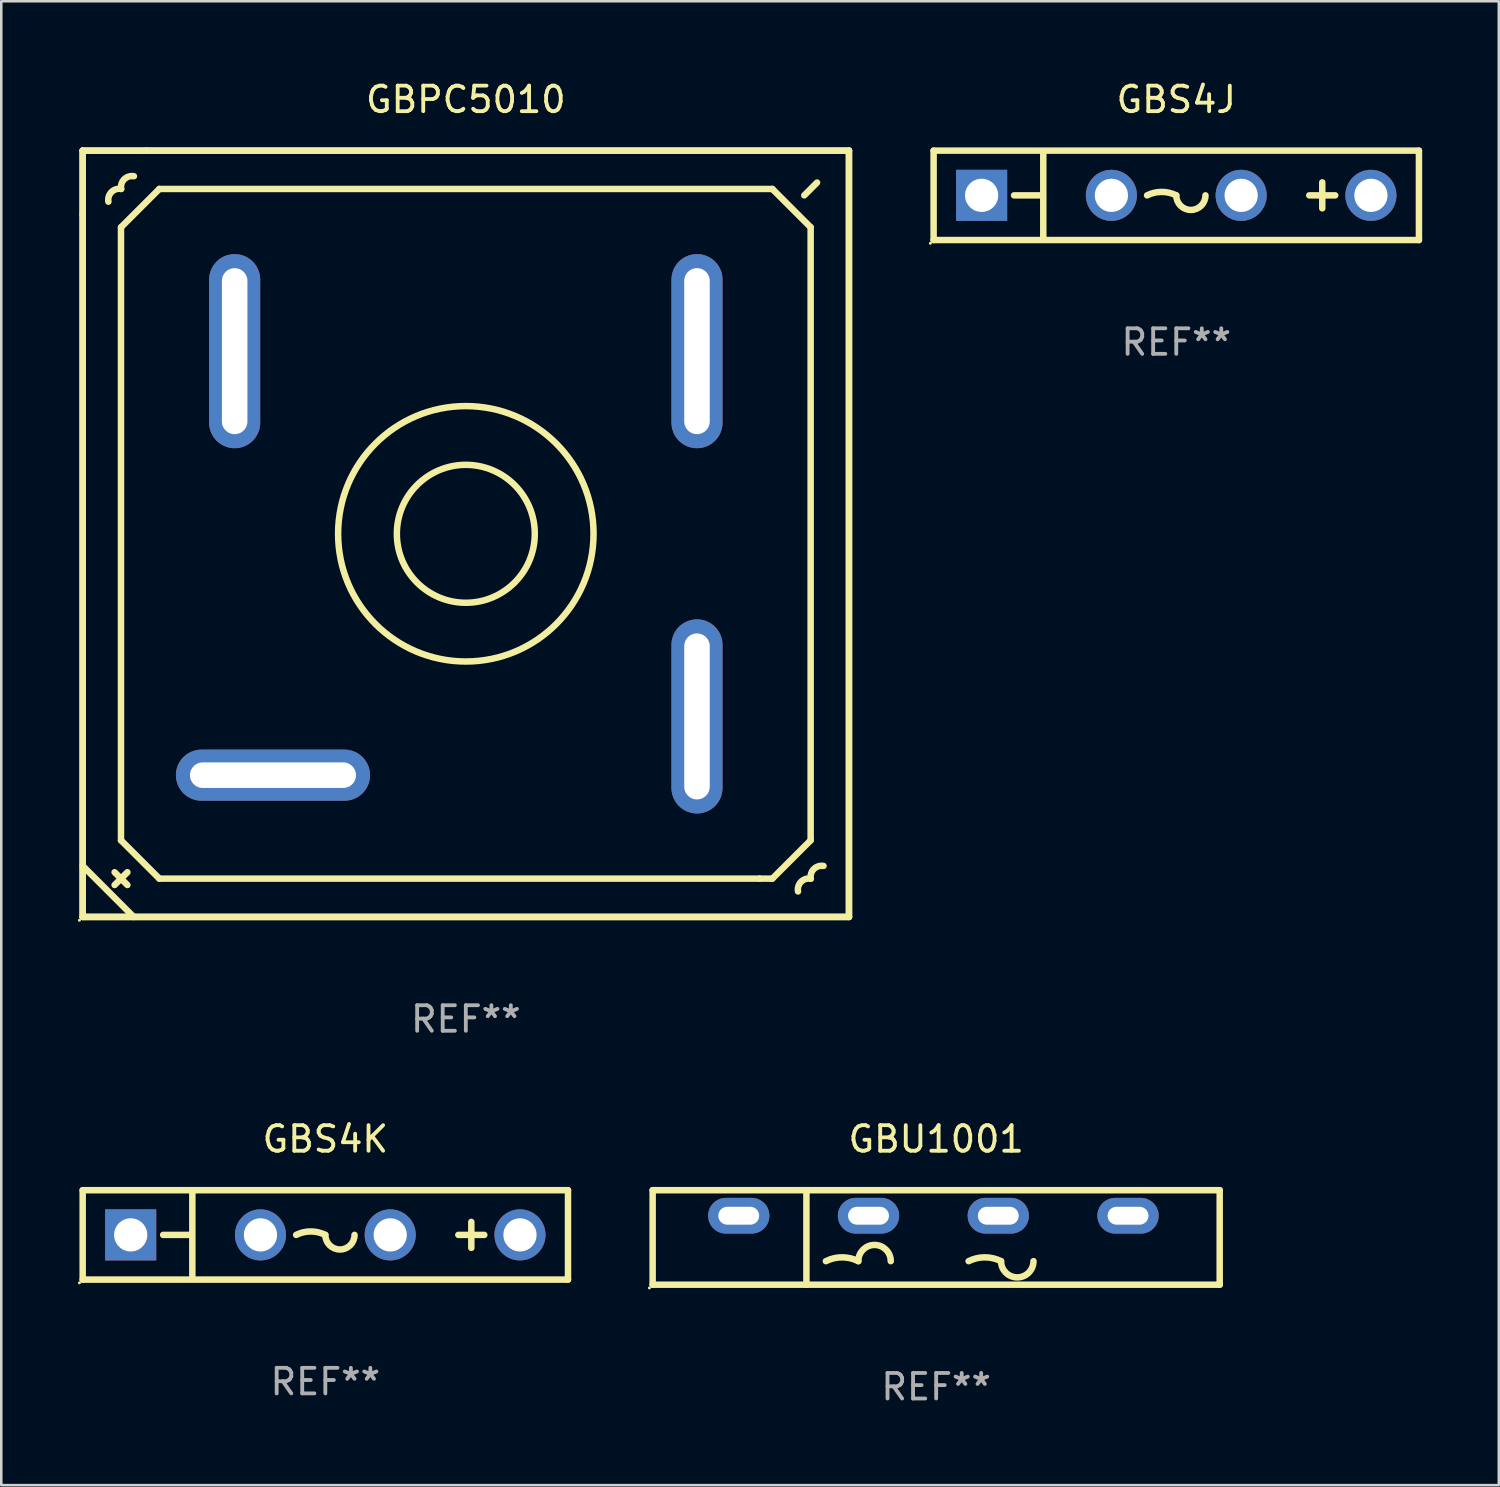
<source format=kicad_pcb>
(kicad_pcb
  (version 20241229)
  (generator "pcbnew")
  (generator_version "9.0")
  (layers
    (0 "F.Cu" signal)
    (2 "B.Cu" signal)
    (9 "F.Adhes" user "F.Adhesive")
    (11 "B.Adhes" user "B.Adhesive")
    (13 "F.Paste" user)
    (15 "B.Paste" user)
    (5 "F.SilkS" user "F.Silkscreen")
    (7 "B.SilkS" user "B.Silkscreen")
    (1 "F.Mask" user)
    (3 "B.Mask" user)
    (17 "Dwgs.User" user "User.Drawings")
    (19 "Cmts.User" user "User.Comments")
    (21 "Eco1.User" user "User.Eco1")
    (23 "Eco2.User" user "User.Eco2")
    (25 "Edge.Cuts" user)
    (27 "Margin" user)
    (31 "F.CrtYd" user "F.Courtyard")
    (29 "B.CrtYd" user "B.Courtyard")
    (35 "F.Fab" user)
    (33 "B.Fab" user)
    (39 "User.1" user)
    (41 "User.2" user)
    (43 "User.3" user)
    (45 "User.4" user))
  (footprint "GBPC5010"
    (layer "F.Cu")
    (at 15.187 17.849)
    (property "Reference" "GBPC5010" (at 0 -17.001 0) (layer "F.SilkS") (effects (font (size 1 1) (thickness 0.15))))
    (attr through_hole)
    (fp_line (start -15 -15.001) (end -12.5 -15.001) (stroke (width 0.254) (type solid)) (layer "F.SilkS"))
    (fp_line (start -15 -15.001) (end 15 -15.001) (stroke (width 0.254) (type solid)) (layer "F.SilkS"))
    (fp_line (start -15 -12.501) (end -15 -15.001) (stroke (width 0.254) (type solid)) (layer "F.SilkS"))
    (fp_line (start -15 14.999) (end -15 -15.001) (stroke (width 0.254) (type solid)) (layer "F.SilkS"))
    (fp_line (start -15 14.999) (end -15 -12.501) (stroke (width 0.254) (type solid)) (layer "F.SilkS"))
    (fp_line (start -14.999 12.999) (end -13 15.001) (stroke (width 0.254) (type solid)) (layer "F.SilkS"))
    (fp_line (start -13.75 13.749) (end -13.25 13.249) (stroke (width 0.254) (type solid)) (layer "F.SilkS"))
    (fp_line (start -13.5 -12.001) (end -12 -13.501) (stroke (width 0.254) (type solid)) (layer "F.SilkS"))
    (fp_line (start -13.5 11.999) (end -13.5 -12.001) (stroke (width 0.254) (type solid)) (layer "F.SilkS"))
    (fp_line (start -13.25 13.749) (end -13.75 13.249) (stroke (width 0.254) (type solid)) (layer "F.SilkS"))
    (fp_line (start -12.5 -15.001) (end 15 -15.001) (stroke (width 0.254) (type solid)) (layer "F.SilkS"))
    (fp_line (start -12 -13.501) (end 12 -13.501) (stroke (width 0.254) (type solid)) (layer "F.SilkS"))
    (fp_line (start -12 13.499) (end -13.5 11.999) (stroke (width 0.254) (type solid)) (layer "F.SilkS"))
    (fp_line (start 11.5 13.499) (end -12 13.499) (stroke (width 0.254) (type solid)) (layer "F.SilkS"))
    (fp_line (start 12 -13.501) (end 13.5 -12.001) (stroke (width 0.254) (type solid)) (layer "F.SilkS"))
    (fp_line (start 12 13.499) (end 11.5 13.499) (stroke (width 0.254) (type solid)) (layer "F.SilkS"))
    (fp_line (start 13.5 -12.001) (end 13.5 11.999) (stroke (width 0.254) (type solid)) (layer "F.SilkS"))
    (fp_line (start 13.5 11.999) (end 12 13.499) (stroke (width 0.254) (type solid)) (layer "F.SilkS"))
    (fp_line (start 13.75 -13.751) (end 13.25 -13.251) (stroke (width 0.254) (type solid)) (layer "F.SilkS"))
    (fp_line (start 15 -15.001) (end 15 14.999) (stroke (width 0.254) (type solid)) (layer "F.SilkS"))
    (fp_line (start 15 -15.001) (end 15 14.999) (stroke (width 0.254) (type solid)) (layer "F.SilkS"))
    (fp_line (start 15 14.999) (end -15 14.999) (stroke (width 0.254) (type solid)) (layer "F.SilkS"))
    (fp_line (start 15 14.999) (end -15 14.999) (stroke (width 0.254) (type solid)) (layer "F.SilkS"))
    (fp_arc (start -13.993167 -13.002413) (mid -13.872579 -13.381824) (end -13.493168 -13.502412) (stroke (width 0.254001) (type solid)) (layer "F.SilkS"))
    (fp_arc (start -13.494692 -13.500381) (mid -13.374103 -13.879793) (end -12.994691 -14.000381) (stroke (width 0.254001) (type solid)) (layer "F.SilkS"))
    (fp_arc (start 13.005131 14.000635) (mid 13.125719 13.621224) (end 13.50513 13.500636) (stroke (width 0.254001) (type solid)) (layer "F.SilkS"))
    (fp_arc (start 13.503606 13.502667) (mid 13.624195 13.123255) (end 14.003607 13.002667) (stroke (width 0.254001) (type solid)) (layer "F.SilkS"))
    (fp_circle (center -15.127 15.128) (end -15.097 15.128) (stroke (width 0.06) (type solid)) (fill no) (layer "F.SilkS"))
    (fp_circle (center 0 -0.001) (end 2.7 -0.001) (stroke (width 0.254) (type solid)) (fill no) (layer "F.SilkS"))
    (fp_circle (center 0 -0.001) (end 5 -0.001) (stroke (width 0.254) (type solid)) (fill no) (layer "F.SilkS"))
    (fp_text user "REF**" (at 0 19.001 0) (layer "F.Fab") (effects (font (size 1 1) (thickness 0.15))))
    (pad "1" thru_hole oval (at -7.55 9.449 270) (size 2 7.6) (drill oval 1 6.5) (layers "*.Cu" "*.Mask"))
    (pad "2" thru_hole oval (at -9.05 -7.151 180) (size 2 7.6) (drill oval 1 6.5) (layers "*.Cu" "*.Mask"))
    (pad "3" thru_hole oval (at 9.05 -7.151) (size 2 7.6) (drill oval 1 6.5) (layers "*.Cu" "*.Mask"))
    (pad "4" thru_hole oval (at 9.05 7.149) (size 2 7.6) (drill oval 1 6.5) (layers "*.Cu" "*.Mask")))
  (footprint "GBS4K"
    (layer "F.Cu")
    (at 9.687 45.296)
    (property "Reference" "GBS4K" (at 0 -3.75 0) (layer "F.SilkS") (effects (font (size 1 1) (thickness 0.15))))
    (attr through_hole)
    (fp_line (start -9.5 -1.75) (end 9.5 -1.75) (stroke (width 0.254) (type solid)) (layer "F.SilkS"))
    (fp_line (start -9.5 1.75) (end -9.5 -1.75) (stroke (width 0.254) (type solid)) (layer "F.SilkS"))
    (fp_line (start -5.334 0) (end -6.35 0) (stroke (width 0.254) (type solid)) (layer "F.SilkS"))
    (fp_line (start -5.207 1.651) (end -5.207 -1.722) (stroke (width 0.254) (type solid)) (layer "F.SilkS"))
    (fp_line (start 5.715 0.508) (end 5.715 -0.508) (stroke (width 0.254) (type solid)) (layer "F.SilkS"))
    (fp_line (start 6.223 0) (end 5.207 0) (stroke (width 0.254) (type solid)) (layer "F.SilkS"))
    (fp_line (start 9.5 -1.75) (end 9.5 1.75) (stroke (width 0.254) (type solid)) (layer "F.SilkS"))
    (fp_line (start 9.5 1.75) (end -9.5 1.75) (stroke (width 0.254) (type solid)) (layer "F.SilkS"))
    (fp_arc (start -1.143002 0) (mid -0.571501 -0.134913) (end 0 0) (stroke (width 0.254001) (type solid)) (layer "F.SilkS"))
    (fp_arc (start 1.143002 0) (mid 0.571501 0.571501) (end 0 0) (stroke (width 0.254001) (type solid)) (layer "F.SilkS"))
    (fp_circle (center -9.627 1.877) (end -9.597 1.877) (stroke (width 0.06) (type solid)) (fill no) (layer "F.SilkS"))
    (fp_text user "REF**" (at 0 5.75 0) (layer "F.Fab") (effects (font (size 1 1) (thickness 0.15))))
    (pad "1" thru_hole rect (at -7.62 0 180) (size 2 2) (drill 1.3) (layers "*.Cu" "*.Mask"))
    (pad "2" thru_hole circle (at -2.54 0) (size 2 2) (drill 1.3) (layers "*.Cu" "*.Mask"))
    (pad "3" thru_hole circle (at 2.54 0) (size 2 2) (drill 1.3) (layers "*.Cu" "*.Mask"))
    (pad "4" thru_hole circle (at 7.62 0) (size 2 2) (drill 1.3) (layers "*.Cu" "*.Mask")))
  (footprint "GBU1001"
    (layer "F.Cu")
    (at 33.601 45.396)
    (property "Reference" "GBU1001" (at 0 -3.85 0) (layer "F.SilkS") (effects (font (size 1 1) (thickness 0.15))))
    (attr through_hole)
    (fp_line (start -11.1 -1.85) (end 11.1 -1.85) (stroke (width 0.254) (type solid)) (layer "F.SilkS"))
    (fp_line (start -11.1 1.85) (end -11.1 -1.85) (stroke (width 0.254) (type solid)) (layer "F.SilkS"))
    (fp_line (start -5.08 -1.85) (end -5.08 1.85) (stroke (width 0.254) (type solid)) (layer "F.SilkS"))
    (fp_line (start 11.1 -1.85) (end 11.1 1.85) (stroke (width 0.254) (type solid)) (layer "F.SilkS"))
    (fp_line (start 11.1 1.85) (end -11.1 1.85) (stroke (width 0.254) (type solid)) (layer "F.SilkS"))
    (fp_arc (start -4.318009 0.927991) (mid -3.683008 0.778087) (end -3.048007 0.92799) (stroke (width 0.254001) (type solid)) (layer "F.SilkS"))
    (fp_arc (start -3.048006 0.927991) (mid -2.413005 0.29299) (end -1.778004 0.927991) (stroke (width 0.254001) (type solid)) (layer "F.SilkS"))
    (fp_arc (start 1.270003 0.927991) (mid 1.905004 0.778088) (end 2.540005 0.927991) (stroke (width 0.254001) (type solid)) (layer "F.SilkS"))
    (fp_arc (start 3.810008 0.927991) (mid 3.175006 1.562993) (end 2.540004 0.927991) (stroke (width 0.254001) (type solid)) (layer "F.SilkS"))
    (fp_circle (center -11.227 1.977) (end -11.197 1.977) (stroke (width 0.06) (type solid)) (fill no) (layer "F.SilkS"))
    (fp_text user "+" (at -8.549 0.85 0) (layer "B.Mask") (effects (font (size 1 1) (thickness 0.15))))
    (fp_text user "-" (at 6.751 0.85 0) (layer "B.Mask") (effects (font (size 1 1) (thickness 0.15))))
    (fp_text user "REF**" (at 0 5.85 0) (layer "F.Fab") (effects (font (size 1 1) (thickness 0.15))))
    (pad "1" thru_hole oval (at -7.729 -0.85 180) (size 2.4 1.4) (drill oval 1.6 0.7) (layers "*.Cu" "*.Mask"))
    (pad "2" thru_hole oval (at -2.649 -0.85 180) (size 2.4 1.4) (drill oval 1.6 0.7) (layers "*.Cu" "*.Mask"))
    (pad "3" thru_hole oval (at 2.431 -0.85 180) (size 2.4 1.4) (drill oval 1.6 0.7) (layers "*.Cu" "*.Mask"))
    (pad "4" thru_hole oval (at 7.511 -0.85 180) (size 2.4 1.4) (drill oval 1.6 0.7) (layers "*.Cu" "*.Mask")))
  (footprint "GBS4J"
    (layer "F.Cu")
    (at 43.001 4.598)
    (property "Reference" "GBS4J" (at 0 -3.75 0) (layer "F.SilkS") (effects (font (size 1 1) (thickness 0.15))))
    (attr through_hole)
    (fp_line (start -9.5 -1.75) (end 9.5 -1.75) (stroke (width 0.254) (type solid)) (layer "F.SilkS"))
    (fp_line (start -9.5 1.75) (end -9.5 -1.75) (stroke (width 0.254) (type solid)) (layer "F.SilkS"))
    (fp_line (start -5.334 0) (end -6.35 0) (stroke (width 0.254) (type solid)) (layer "F.SilkS"))
    (fp_line (start -5.207 1.651) (end -5.207 -1.722) (stroke (width 0.254) (type solid)) (layer "F.SilkS"))
    (fp_line (start 5.715 0.508) (end 5.715 -0.508) (stroke (width 0.254) (type solid)) (layer "F.SilkS"))
    (fp_line (start 6.223 0) (end 5.207 0) (stroke (width 0.254) (type solid)) (layer "F.SilkS"))
    (fp_line (start 9.5 -1.75) (end 9.5 1.75) (stroke (width 0.254) (type solid)) (layer "F.SilkS"))
    (fp_line (start 9.5 1.75) (end -9.5 1.75) (stroke (width 0.254) (type solid)) (layer "F.SilkS"))
    (fp_arc (start -1.143002 0) (mid -0.571501 -0.134913) (end 0 0) (stroke (width 0.254001) (type solid)) (layer "F.SilkS"))
    (fp_arc (start 1.143002 0) (mid 0.571501 0.571501) (end 0 0) (stroke (width 0.254001) (type solid)) (layer "F.SilkS"))
    (fp_circle (center -9.627 1.877) (end -9.597 1.877) (stroke (width 0.06) (type solid)) (fill no) (layer "F.SilkS"))
    (fp_text user "REF**" (at 0 5.75 0) (layer "F.Fab") (effects (font (size 1 1) (thickness 0.15))))
    (pad "1" thru_hole rect (at -7.62 0 180) (size 2 2) (drill 1.3) (layers "*.Cu" "*.Mask"))
    (pad "2" thru_hole circle (at -2.54 0) (size 2 2) (drill 1.3) (layers "*.Cu" "*.Mask"))
    (pad "3" thru_hole circle (at 2.54 0) (size 2 2) (drill 1.3) (layers "*.Cu" "*.Mask"))
    (pad "4" thru_hole circle (at 7.62 0) (size 2 2) (drill 1.3) (layers "*.Cu" "*.Mask")))
  (gr_rect
    (start -3 -3)
    (end 55.628 55.094)
    (stroke (width 0.1) (type default))
    (fill no)
    (layer "Edge.Cuts")))
</source>
